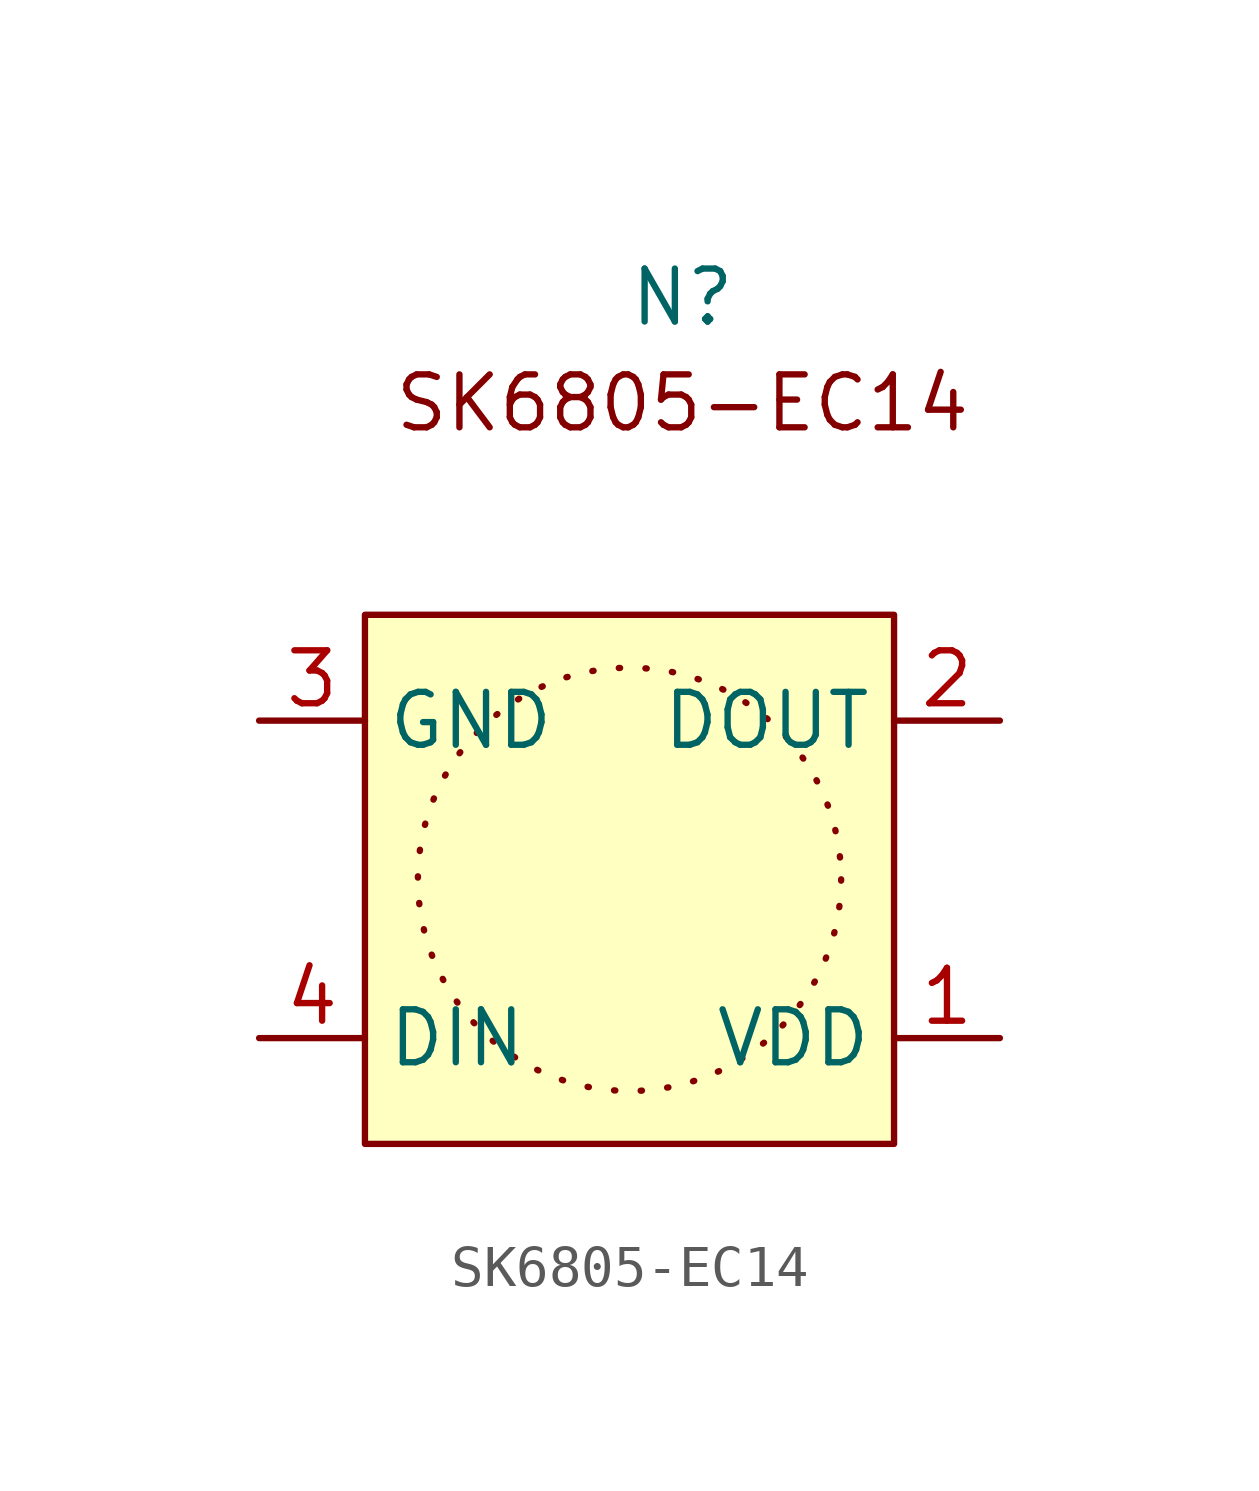
<source format=kicad_sym>
(kicad_symbol_lib
  (version 20220914)
  (generator kicad_symbol_editor)
  (symbol "SK6805-EC14"
    (property "Reference" "N"
      (at 7.62 7.62 0)
      (effects (font (size 1.27 1.27))))
    (property "Value" ""
      (at 0 0 0)
      (effects (font (size 1.27 1.27))))
    (symbol "SK6805-EC14_1_1"
      (rectangle (start 0 0) (end 12.7 -12.7) (stroke (width 0) (type default)) (fill (type background)))
      (circle (center 6.35 -6.35) (radius 5.08) (stroke (width 0) (type dot)) (fill (type none)))
      (text "SK6805-EC14" (at 7.62 5.08 0) (effects (font (size 1.27 1.27))))
      (pin power_in line (at 15.24 -10.16 180) (length 2.54) (name "VDD" (effects (font (size 1.27 1.27)))) (number "1" (effects (font (size 1.27 1.27)))))
      (pin output line (at 15.24 -2.54 180) (length 2.54) (name "DOUT" (effects (font (size 1.27 1.27)))) (number "2" (effects (font (size 1.27 1.27)))))
      (pin power_in line (at -2.54 -2.54 0) (length 2.54) (name "GND" (effects (font (size 1.27 1.27)))) (number "3" (effects (font (size 1.27 1.27)))))
      (pin input line (at -2.54 -10.16 0) (length 2.54) (name "DIN" (effects (font (size 1.27 1.27)))) (number "4" (effects (font (size 1.27 1.27))))))))
</source>
